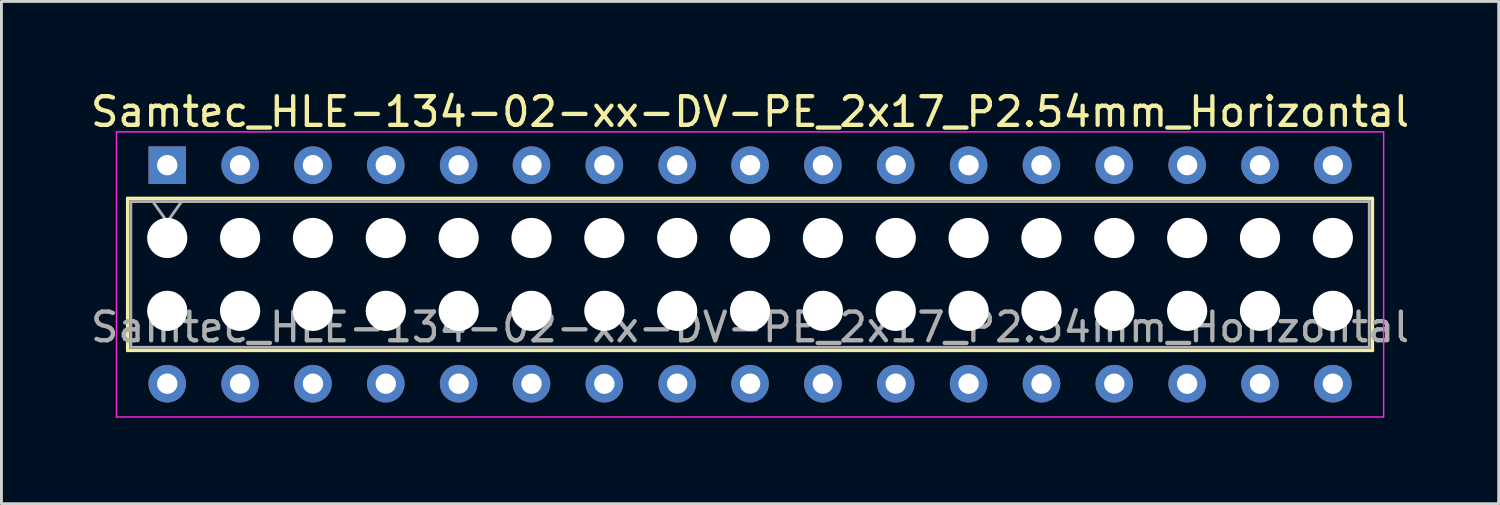
<source format=kicad_pcb>
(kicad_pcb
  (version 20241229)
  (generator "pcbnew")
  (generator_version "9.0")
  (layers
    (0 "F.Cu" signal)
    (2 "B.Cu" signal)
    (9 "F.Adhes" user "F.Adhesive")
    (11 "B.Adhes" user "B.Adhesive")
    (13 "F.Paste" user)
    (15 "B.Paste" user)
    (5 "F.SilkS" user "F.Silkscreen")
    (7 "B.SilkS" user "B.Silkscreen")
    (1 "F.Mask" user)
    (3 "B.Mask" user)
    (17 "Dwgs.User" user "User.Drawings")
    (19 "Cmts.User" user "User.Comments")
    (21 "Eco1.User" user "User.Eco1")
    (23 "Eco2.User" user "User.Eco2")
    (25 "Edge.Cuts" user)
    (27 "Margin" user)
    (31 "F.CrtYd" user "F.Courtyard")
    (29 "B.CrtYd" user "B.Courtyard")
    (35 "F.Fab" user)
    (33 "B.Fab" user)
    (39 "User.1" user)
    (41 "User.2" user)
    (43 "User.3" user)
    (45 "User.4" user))
  (footprint "Samtec_HLE-134-02-xx-DV-PE_2x17_P2.54mm_Horizontal"
    (layer "F.Cu")
    (at 2.781 2.708)
    (property "Reference" "Samtec_HLE-134-02-xx-DV-PE_2x17_P2.54mm_Horizontal" (at 20.32 -1.86 0) (layer "F.SilkS") (effects (font (size 1 1) (thickness 0.15))))
    (attr through_hole)
    (fp_line (start -1.38 1.16) (end 42.02 1.16) (stroke (width 0.12) (type solid)) (layer "F.SilkS"))
    (fp_line (start -1.38 6.46) (end -1.38 1.16) (stroke (width 0.12) (type solid)) (layer "F.SilkS"))
    (fp_line (start 42.02 1.16) (end 42.02 6.46) (stroke (width 0.12) (type solid)) (layer "F.SilkS"))
    (fp_line (start 42.02 6.46) (end -1.38 6.46) (stroke (width 0.12) (type solid)) (layer "F.SilkS"))
    (fp_line (start -1.77 -1.16) (end 42.41 -1.16) (stroke (width 0.05) (type solid)) (layer "F.CrtYd"))
    (fp_line (start -1.77 8.78) (end -1.77 -1.16) (stroke (width 0.05) (type solid)) (layer "F.CrtYd"))
    (fp_line (start 42.41 -1.16) (end 42.41 8.78) (stroke (width 0.05) (type solid)) (layer "F.CrtYd"))
    (fp_line (start 42.41 8.78) (end -1.77 8.78) (stroke (width 0.05) (type solid)) (layer "F.CrtYd"))
    (fp_line (start -1.27 1.27) (end 41.91 1.27) (stroke (width 0.1) (type solid)) (layer "F.Fab"))
    (fp_line (start -1.27 6.35) (end -1.27 1.27) (stroke (width 0.1) (type solid)) (layer "F.Fab"))
    (fp_line (start -0.5 1.27) (end 0 1.977) (stroke (width 0.1) (type solid)) (layer "F.Fab"))
    (fp_line (start 0 1.977) (end 0.5 1.27) (stroke (width 0.1) (type solid)) (layer "F.Fab"))
    (fp_line (start 41.91 1.27) (end 41.91 6.35) (stroke (width 0.1) (type solid)) (layer "F.Fab"))
    (fp_line (start 41.91 6.35) (end -1.27 6.35) (stroke (width 0.1) (type solid)) (layer "F.Fab"))
    (fp_text user "${REFERENCE}" (at 20.32 5.65 0) (layer "F.Fab") (effects (font (size 1 1) (thickness 0.15))))
    (pad "" np_thru_hole circle (at 0 2.54) (size 1.4 1.4) (drill 1.4) (layers "*.Cu" "*.Mask"))
    (pad "" np_thru_hole circle (at 0 5.08) (size 1.4 1.4) (drill 1.4) (layers "*.Cu" "*.Mask"))
    (pad "" np_thru_hole circle (at 2.54 2.54) (size 1.4 1.4) (drill 1.4) (layers "*.Cu" "*.Mask"))
    (pad "" np_thru_hole circle (at 2.54 5.08) (size 1.4 1.4) (drill 1.4) (layers "*.Cu" "*.Mask"))
    (pad "" np_thru_hole circle (at 5.08 2.54) (size 1.4 1.4) (drill 1.4) (layers "*.Cu" "*.Mask"))
    (pad "" np_thru_hole circle (at 5.08 5.08) (size 1.4 1.4) (drill 1.4) (layers "*.Cu" "*.Mask"))
    (pad "" np_thru_hole circle (at 7.62 2.54) (size 1.4 1.4) (drill 1.4) (layers "*.Cu" "*.Mask"))
    (pad "" np_thru_hole circle (at 7.62 5.08) (size 1.4 1.4) (drill 1.4) (layers "*.Cu" "*.Mask"))
    (pad "" np_thru_hole circle (at 10.16 2.54) (size 1.4 1.4) (drill 1.4) (layers "*.Cu" "*.Mask"))
    (pad "" np_thru_hole circle (at 10.16 5.08) (size 1.4 1.4) (drill 1.4) (layers "*.Cu" "*.Mask"))
    (pad "" np_thru_hole circle (at 12.7 2.54) (size 1.4 1.4) (drill 1.4) (layers "*.Cu" "*.Mask"))
    (pad "" np_thru_hole circle (at 12.7 5.08) (size 1.4 1.4) (drill 1.4) (layers "*.Cu" "*.Mask"))
    (pad "" np_thru_hole circle (at 15.24 2.54) (size 1.4 1.4) (drill 1.4) (layers "*.Cu" "*.Mask"))
    (pad "" np_thru_hole circle (at 15.24 5.08) (size 1.4 1.4) (drill 1.4) (layers "*.Cu" "*.Mask"))
    (pad "" np_thru_hole circle (at 17.78 2.54) (size 1.4 1.4) (drill 1.4) (layers "*.Cu" "*.Mask"))
    (pad "" np_thru_hole circle (at 17.78 5.08) (size 1.4 1.4) (drill 1.4) (layers "*.Cu" "*.Mask"))
    (pad "" np_thru_hole circle (at 20.32 2.54) (size 1.4 1.4) (drill 1.4) (layers "*.Cu" "*.Mask"))
    (pad "" np_thru_hole circle (at 20.32 5.08) (size 1.4 1.4) (drill 1.4) (layers "*.Cu" "*.Mask"))
    (pad "" np_thru_hole circle (at 22.86 2.54) (size 1.4 1.4) (drill 1.4) (layers "*.Cu" "*.Mask"))
    (pad "" np_thru_hole circle (at 22.86 5.08) (size 1.4 1.4) (drill 1.4) (layers "*.Cu" "*.Mask"))
    (pad "" np_thru_hole circle (at 25.4 2.54) (size 1.4 1.4) (drill 1.4) (layers "*.Cu" "*.Mask"))
    (pad "" np_thru_hole circle (at 25.4 5.08) (size 1.4 1.4) (drill 1.4) (layers "*.Cu" "*.Mask"))
    (pad "" np_thru_hole circle (at 27.94 2.54) (size 1.4 1.4) (drill 1.4) (layers "*.Cu" "*.Mask"))
    (pad "" np_thru_hole circle (at 27.94 5.08) (size 1.4 1.4) (drill 1.4) (layers "*.Cu" "*.Mask"))
    (pad "" np_thru_hole circle (at 30.48 2.54) (size 1.4 1.4) (drill 1.4) (layers "*.Cu" "*.Mask"))
    (pad "" np_thru_hole circle (at 30.48 5.08) (size 1.4 1.4) (drill 1.4) (layers "*.Cu" "*.Mask"))
    (pad "" np_thru_hole circle (at 33.02 2.54) (size 1.4 1.4) (drill 1.4) (layers "*.Cu" "*.Mask"))
    (pad "" np_thru_hole circle (at 33.02 5.08) (size 1.4 1.4) (drill 1.4) (layers "*.Cu" "*.Mask"))
    (pad "" np_thru_hole circle (at 35.56 2.54) (size 1.4 1.4) (drill 1.4) (layers "*.Cu" "*.Mask"))
    (pad "" np_thru_hole circle (at 35.56 5.08) (size 1.4 1.4) (drill 1.4) (layers "*.Cu" "*.Mask"))
    (pad "" np_thru_hole circle (at 38.1 2.54) (size 1.4 1.4) (drill 1.4) (layers "*.Cu" "*.Mask"))
    (pad "" np_thru_hole circle (at 38.1 5.08) (size 1.4 1.4) (drill 1.4) (layers "*.Cu" "*.Mask"))
    (pad "" np_thru_hole circle (at 40.64 2.54) (size 1.4 1.4) (drill 1.4) (layers "*.Cu" "*.Mask"))
    (pad "" np_thru_hole circle (at 40.64 5.08) (size 1.4 1.4) (drill 1.4) (layers "*.Cu" "*.Mask"))
    (pad "1" thru_hole rect (at 0 0) (size 1.31 1.31) (drill 0.71) (layers "*.Cu" "*.Mask"))
    (pad "2" thru_hole circle (at 0 7.62) (size 1.31 1.31) (drill 0.71) (layers "*.Cu" "*.Mask"))
    (pad "3" thru_hole circle (at 2.54 0) (size 1.31 1.31) (drill 0.71) (layers "*.Cu" "*.Mask"))
    (pad "4" thru_hole circle (at 2.54 7.62) (size 1.31 1.31) (drill 0.71) (layers "*.Cu" "*.Mask"))
    (pad "5" thru_hole circle (at 5.08 0) (size 1.31 1.31) (drill 0.71) (layers "*.Cu" "*.Mask"))
    (pad "6" thru_hole circle (at 5.08 7.62) (size 1.31 1.31) (drill 0.71) (layers "*.Cu" "*.Mask"))
    (pad "7" thru_hole circle (at 7.62 0) (size 1.31 1.31) (drill 0.71) (layers "*.Cu" "*.Mask"))
    (pad "8" thru_hole circle (at 7.62 7.62) (size 1.31 1.31) (drill 0.71) (layers "*.Cu" "*.Mask"))
    (pad "9" thru_hole circle (at 10.16 0) (size 1.31 1.31) (drill 0.71) (layers "*.Cu" "*.Mask"))
    (pad "10" thru_hole circle (at 10.16 7.62) (size 1.31 1.31) (drill 0.71) (layers "*.Cu" "*.Mask"))
    (pad "11" thru_hole circle (at 12.7 0) (size 1.31 1.31) (drill 0.71) (layers "*.Cu" "*.Mask"))
    (pad "12" thru_hole circle (at 12.7 7.62) (size 1.31 1.31) (drill 0.71) (layers "*.Cu" "*.Mask"))
    (pad "13" thru_hole circle (at 15.24 0) (size 1.31 1.31) (drill 0.71) (layers "*.Cu" "*.Mask"))
    (pad "14" thru_hole circle (at 15.24 7.62) (size 1.31 1.31) (drill 0.71) (layers "*.Cu" "*.Mask"))
    (pad "15" thru_hole circle (at 17.78 0) (size 1.31 1.31) (drill 0.71) (layers "*.Cu" "*.Mask"))
    (pad "16" thru_hole circle (at 17.78 7.62) (size 1.31 1.31) (drill 0.71) (layers "*.Cu" "*.Mask"))
    (pad "17" thru_hole circle (at 20.32 0) (size 1.31 1.31) (drill 0.71) (layers "*.Cu" "*.Mask"))
    (pad "18" thru_hole circle (at 20.32 7.62) (size 1.31 1.31) (drill 0.71) (layers "*.Cu" "*.Mask"))
    (pad "19" thru_hole circle (at 22.86 0) (size 1.31 1.31) (drill 0.71) (layers "*.Cu" "*.Mask"))
    (pad "20" thru_hole circle (at 22.86 7.62) (size 1.31 1.31) (drill 0.71) (layers "*.Cu" "*.Mask"))
    (pad "21" thru_hole circle (at 25.4 0) (size 1.31 1.31) (drill 0.71) (layers "*.Cu" "*.Mask"))
    (pad "22" thru_hole circle (at 25.4 7.62) (size 1.31 1.31) (drill 0.71) (layers "*.Cu" "*.Mask"))
    (pad "23" thru_hole circle (at 27.94 0) (size 1.31 1.31) (drill 0.71) (layers "*.Cu" "*.Mask"))
    (pad "24" thru_hole circle (at 27.94 7.62) (size 1.31 1.31) (drill 0.71) (layers "*.Cu" "*.Mask"))
    (pad "25" thru_hole circle (at 30.48 0) (size 1.31 1.31) (drill 0.71) (layers "*.Cu" "*.Mask"))
    (pad "26" thru_hole circle (at 30.48 7.62) (size 1.31 1.31) (drill 0.71) (layers "*.Cu" "*.Mask"))
    (pad "27" thru_hole circle (at 33.02 0) (size 1.31 1.31) (drill 0.71) (layers "*.Cu" "*.Mask"))
    (pad "28" thru_hole circle (at 33.02 7.62) (size 1.31 1.31) (drill 0.71) (layers "*.Cu" "*.Mask"))
    (pad "29" thru_hole circle (at 35.56 0) (size 1.31 1.31) (drill 0.71) (layers "*.Cu" "*.Mask"))
    (pad "30" thru_hole circle (at 35.56 7.62) (size 1.31 1.31) (drill 0.71) (layers "*.Cu" "*.Mask"))
    (pad "31" thru_hole circle (at 38.1 0) (size 1.31 1.31) (drill 0.71) (layers "*.Cu" "*.Mask"))
    (pad "32" thru_hole circle (at 38.1 7.62) (size 1.31 1.31) (drill 0.71) (layers "*.Cu" "*.Mask"))
    (pad "33" thru_hole circle (at 40.64 0) (size 1.31 1.31) (drill 0.71) (layers "*.Cu" "*.Mask"))
    (pad "34" thru_hole circle (at 40.64 7.62) (size 1.31 1.31) (drill 0.71) (layers "*.Cu" "*.Mask")))
  (gr_rect
    (start -3 -3)
    (end 49.202 14.513)
    (stroke (width 0.1) (type default))
    (fill no)
    (layer "Edge.Cuts")))
</source>
